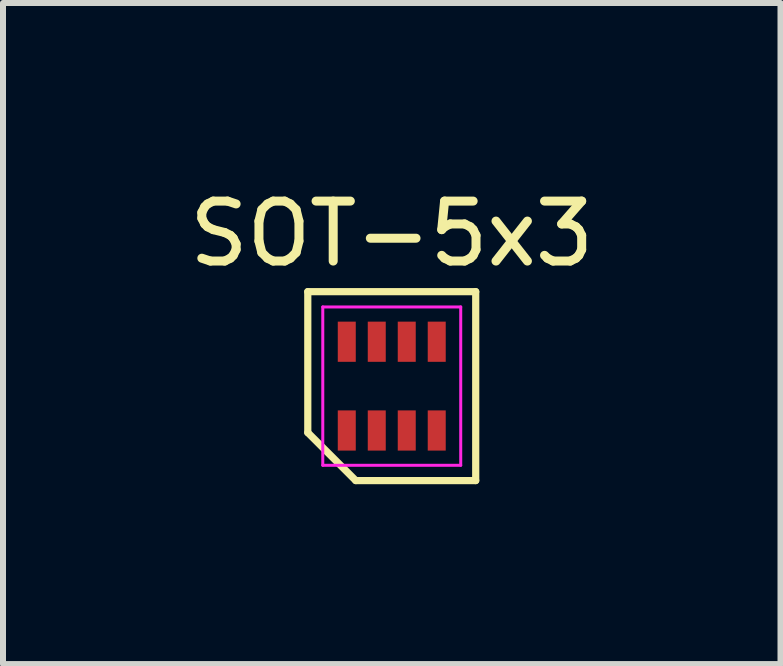
<source format=kicad_pcb>
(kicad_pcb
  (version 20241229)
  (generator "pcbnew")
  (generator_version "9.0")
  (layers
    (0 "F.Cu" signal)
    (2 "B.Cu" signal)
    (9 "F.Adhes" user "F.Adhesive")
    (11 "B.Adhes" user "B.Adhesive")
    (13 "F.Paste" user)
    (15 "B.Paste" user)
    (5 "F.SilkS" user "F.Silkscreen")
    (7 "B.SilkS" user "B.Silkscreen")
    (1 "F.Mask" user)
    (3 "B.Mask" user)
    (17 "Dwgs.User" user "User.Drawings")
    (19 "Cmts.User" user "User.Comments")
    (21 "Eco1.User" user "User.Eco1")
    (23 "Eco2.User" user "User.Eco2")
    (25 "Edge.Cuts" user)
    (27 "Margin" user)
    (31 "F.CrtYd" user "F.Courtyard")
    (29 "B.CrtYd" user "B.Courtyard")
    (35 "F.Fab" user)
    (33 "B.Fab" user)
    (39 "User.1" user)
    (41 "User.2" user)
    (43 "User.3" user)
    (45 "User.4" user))
  (footprint "SOT-5x3"
    (layer "F.Cu")
    (at 3.482 3.388)
    (property "Reference" "SOT-5x3" (at 0 -2.54 180) (layer "F.SilkS") (effects (font (size 1 1) (thickness 0.15))))
    (attr through_hole)
    (fp_line (start -1.4 -1.575) (end 1.4 -1.575) (stroke (width 0.12) (type solid)) (layer "F.SilkS"))
    (fp_line (start -1.4 0.775) (end -1.4 -1.575) (stroke (width 0.12) (type solid)) (layer "F.SilkS"))
    (fp_line (start -0.6 1.575) (end -1.4 0.775) (stroke (width 0.12) (type solid)) (layer "F.SilkS"))
    (fp_line (start 1.4 -1.575) (end 1.4 1.575) (stroke (width 0.12) (type solid)) (layer "F.SilkS"))
    (fp_line (start 1.4 1.575) (end -0.6 1.575) (stroke (width 0.12) (type solid)) (layer "F.SilkS"))
    (fp_line (start -1.15 -1.32) (end 1.15 -1.32) (stroke (width 0.05) (type solid)) (layer "F.CrtYd"))
    (fp_line (start -1.15 1.32) (end -1.15 -1.32) (stroke (width 0.05) (type solid)) (layer "F.CrtYd"))
    (fp_line (start 1.15 -1.32) (end 1.15 1.32) (stroke (width 0.05) (type solid)) (layer "F.CrtYd"))
    (fp_line (start 1.15 1.32) (end -1.15 1.32) (stroke (width 0.05) (type solid)) (layer "F.CrtYd"))
    (pad "1" smd rect (at -0.75 0.74) (size 0.3 0.67) (layers "F.Cu" "F.Mask" "F.Paste"))
    (pad "2" smd rect (at -0.25 0.74) (size 0.3 0.67) (layers "F.Cu" "F.Mask" "F.Paste"))
    (pad "3" smd rect (at 0.25 0.74) (size 0.3 0.67) (layers "F.Cu" "F.Mask" "F.Paste"))
    (pad "4" smd rect (at 0.75 0.74) (size 0.3 0.67) (layers "F.Cu" "F.Mask" "F.Paste"))
    (pad "5" smd rect (at 0.75 -0.74) (size 0.3 0.67) (layers "F.Cu" "F.Mask" "F.Paste"))
    (pad "6" smd rect (at 0.25 -0.74) (size 0.3 0.67) (layers "F.Cu" "F.Mask" "F.Paste"))
    (pad "7" smd rect (at -0.25 -0.74) (size 0.3 0.67) (layers "F.Cu" "F.Mask" "F.Paste"))
    (pad "8" smd rect (at -0.75 -0.74) (size 0.3 0.67) (layers "F.Cu" "F.Mask" "F.Paste")))
  (gr_rect
    (start -3 -3)
    (end 9.964 8.023)
    (stroke (width 0.1) (type default))
    (fill no)
    (layer "Edge.Cuts")))
</source>
